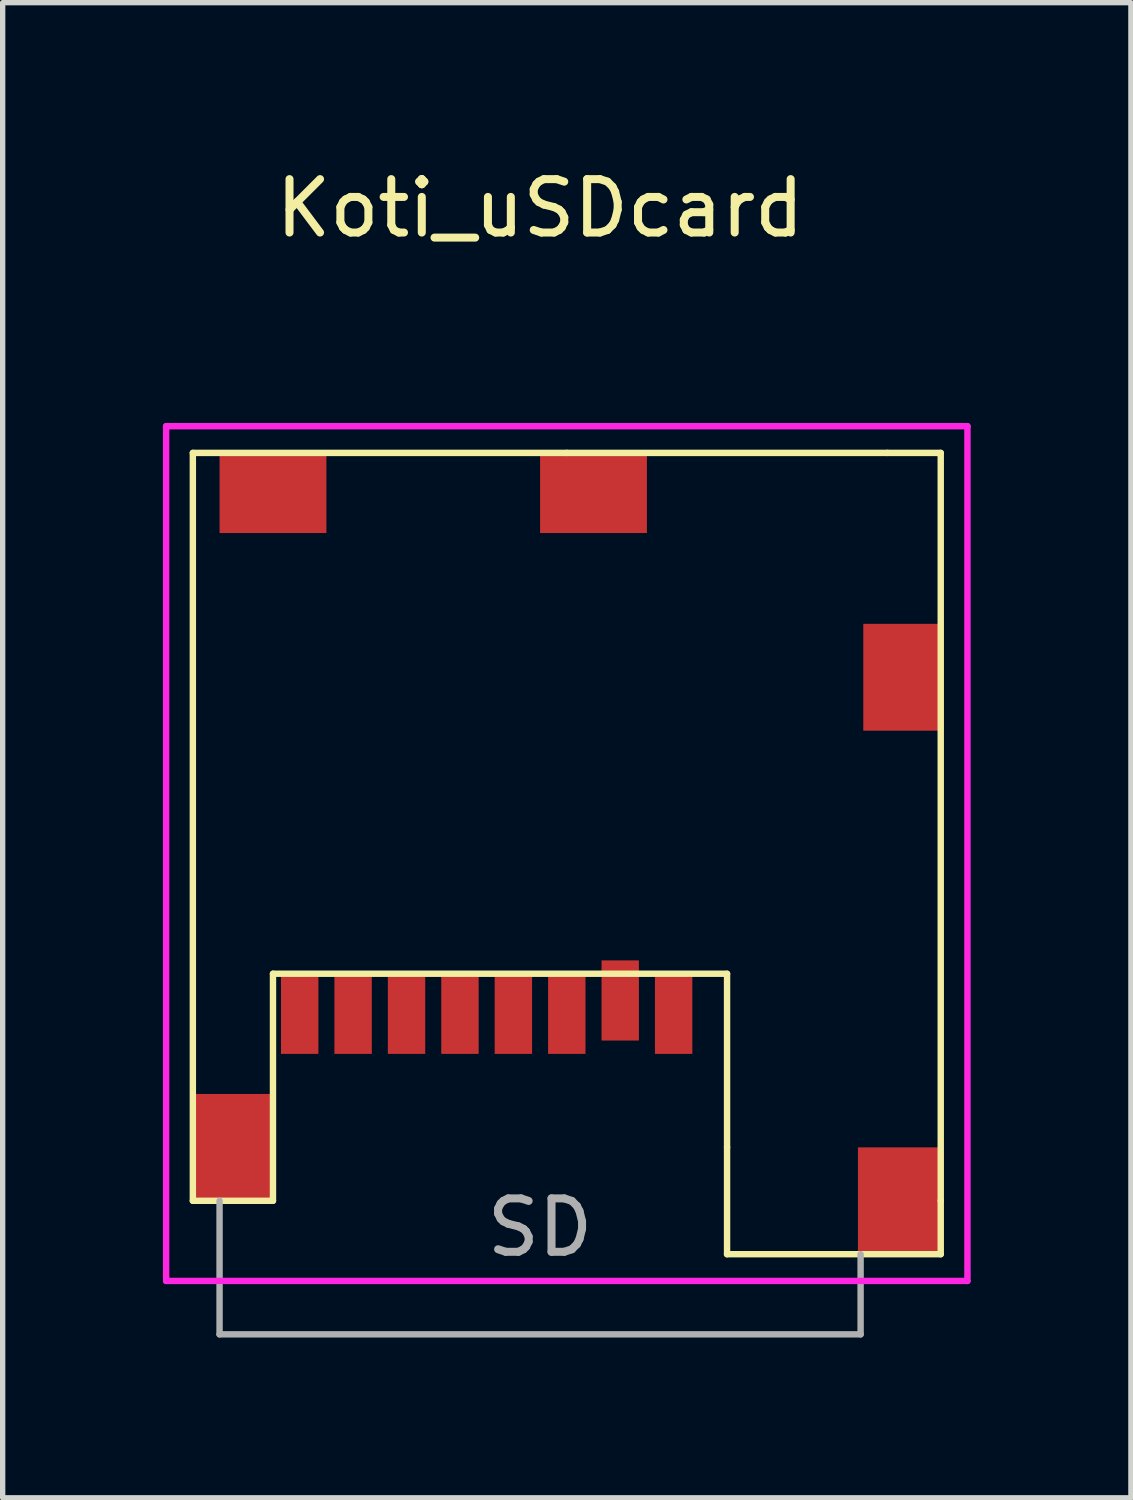
<source format=kicad_pcb>
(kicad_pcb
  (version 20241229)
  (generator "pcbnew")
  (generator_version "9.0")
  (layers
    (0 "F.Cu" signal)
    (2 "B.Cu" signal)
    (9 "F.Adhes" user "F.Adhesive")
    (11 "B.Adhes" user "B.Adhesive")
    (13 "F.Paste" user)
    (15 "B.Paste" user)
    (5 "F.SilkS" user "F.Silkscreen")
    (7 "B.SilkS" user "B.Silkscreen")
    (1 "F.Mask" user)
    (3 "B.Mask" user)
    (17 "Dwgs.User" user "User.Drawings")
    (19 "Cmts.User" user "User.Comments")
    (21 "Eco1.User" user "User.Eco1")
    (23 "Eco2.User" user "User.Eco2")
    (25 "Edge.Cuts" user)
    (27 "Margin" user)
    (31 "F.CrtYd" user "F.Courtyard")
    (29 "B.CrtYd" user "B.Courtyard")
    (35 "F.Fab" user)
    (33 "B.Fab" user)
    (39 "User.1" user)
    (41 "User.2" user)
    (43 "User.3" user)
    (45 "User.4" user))
  (footprint "Koti_uSDcard"
    (layer "F.Cu")
    (at 7.06 5.428)
    (property "Reference" "Koti_uSDcard" (at 0 -4.58 0) (layer "F.SilkS") (effects (font (size 1 1) (thickness 0.15))))
    (attr through_hole)
    (fp_line (start -6.5 0) (end 0.5 0) (stroke (width 0.12) (type solid)) (layer "F.SilkS"))
    (fp_line (start -6.5 14) (end -6.5 0) (stroke (width 0.12) (type solid)) (layer "F.SilkS"))
    (fp_line (start -6.5 14) (end -5 14) (stroke (width 0.12) (type solid)) (layer "F.SilkS"))
    (fp_line (start -5 9.75) (end -5 14) (stroke (width 0.12) (type solid)) (layer "F.SilkS"))
    (fp_line (start 0.5 0) (end 6.5 0) (stroke (width 0.12) (type solid)) (layer "F.SilkS"))
    (fp_line (start 3.5 9.75) (end -5 9.75) (stroke (width 0.12) (type solid)) (layer "F.SilkS"))
    (fp_line (start 3.5 13) (end 3.5 9.75) (stroke (width 0.12) (type solid)) (layer "F.SilkS"))
    (fp_line (start 3.5 15) (end 3.5 13) (stroke (width 0.12) (type solid)) (layer "F.SilkS"))
    (fp_line (start 3.5 15) (end 7.5 15) (stroke (width 0.12) (type solid)) (layer "F.SilkS"))
    (fp_line (start 6.5 0) (end 7.5 0) (stroke (width 0.12) (type solid)) (layer "F.SilkS"))
    (fp_line (start 7.5 0) (end 7.5 14) (stroke (width 0.12) (type solid)) (layer "F.SilkS"))
    (fp_line (start 7.5 15) (end 7.5 14) (stroke (width 0.12) (type solid)) (layer "F.SilkS"))
    (fp_line (start -7 -0.5) (end -7 15.5) (stroke (width 0.12) (type solid)) (layer "F.CrtYd"))
    (fp_line (start -7 -0.5) (end 8 -0.5) (stroke (width 0.12) (type solid)) (layer "F.CrtYd"))
    (fp_line (start -7 15.5) (end 8 15.5) (stroke (width 0.12) (type solid)) (layer "F.CrtYd"))
    (fp_line (start 8 -0.5) (end 8 15.5) (stroke (width 0.12) (type solid)) (layer "F.CrtYd"))
    (fp_line (start -6 14) (end -6 16.5) (stroke (width 0.12) (type solid)) (layer "F.Fab"))
    (fp_line (start -6 16.5) (end 6 16.5) (stroke (width 0.12) (type solid)) (layer "F.Fab"))
    (fp_line (start 6 16.5) (end 6 15) (stroke (width 0.12) (type solid)) (layer "F.Fab"))
    (fp_text user "SD" (at 0 14.5 0) (layer "F.Fab") (effects (font (size 1 1) (thickness 0.15))))
    (pad "1" smd rect (at 2.5 10.5 180) (size 0.7 1.5) (layers "F.Cu" "F.Mask" "F.Paste"))
    (pad "2" smd rect (at 1.5 10.25 180) (size 0.7 1.5) (layers "F.Cu" "F.Mask" "F.Paste"))
    (pad "3" smd rect (at 0.5 10.5 180) (size 0.7 1.5) (layers "F.Cu" "F.Mask" "F.Paste"))
    (pad "4" smd rect (at -0.5 10.5 180) (size 0.7 1.5) (layers "F.Cu" "F.Mask" "F.Paste"))
    (pad "5" smd rect (at -1.5 10.5 180) (size 0.7 1.5) (layers "F.Cu" "F.Mask" "F.Paste"))
    (pad "6" smd rect (at -5.75 13) (size 1.5 2) (layers "F.Cu" "F.Mask" "F.Paste"))
    (pad "6" smd rect (at -5 0.75 270) (size 1.5 2) (layers "F.Cu" "F.Mask" "F.Paste"))
    (pad "6" smd rect (at -2.5 10.5 180) (size 0.7 1.5) (layers "F.Cu" "F.Mask" "F.Paste"))
    (pad "6" smd rect (at 1 0.75 270) (size 1.5 2) (layers "F.Cu" "F.Mask" "F.Paste"))
    (pad "6" smd rect (at 6.7 14) (size 1.5 2) (layers "F.Cu" "F.Mask" "F.Paste"))
    (pad "7" smd rect (at -3.5 10.5 180) (size 0.7 1.5) (layers "F.Cu" "F.Mask" "F.Paste"))
    (pad "8" smd rect (at -4.5 10.5 180) (size 0.7 1.5) (layers "F.Cu" "F.Mask" "F.Paste"))
    (pad "9" smd rect (at 6.8 4.2) (size 1.5 2) (layers "F.Cu" "F.Mask" "F.Paste")))
  (gr_rect
    (start -3 -3)
    (end 18.12 24.988)
    (stroke (width 0.1) (type default))
    (fill no)
    (layer "Edge.Cuts")))
</source>
